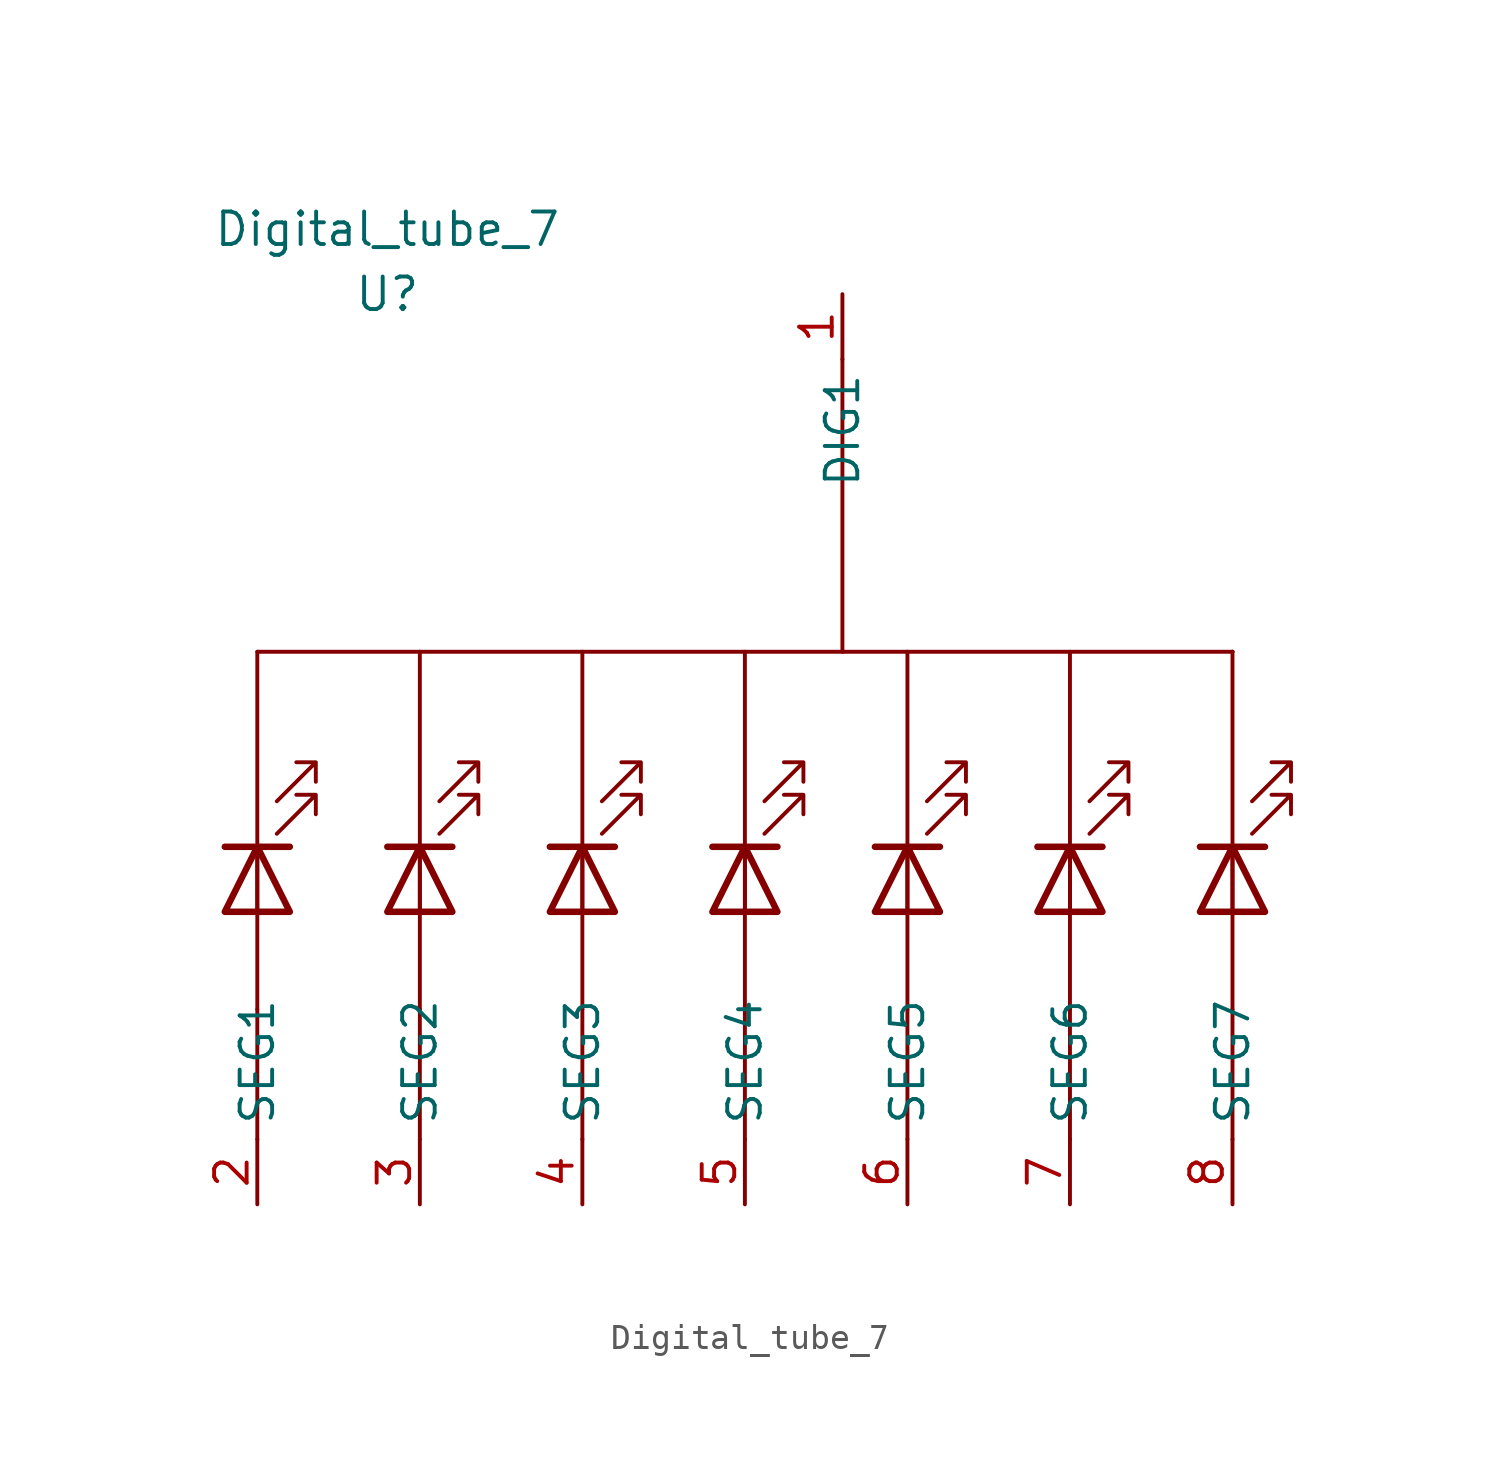
<source format=kicad_sym>
(kicad_symbol_lib
  (version 20220914)
  (generator kicad_symbol_editor)
  (symbol "Digital_tube_7"
    (property "Reference" "U"
      (at -134.62 62.23 0)
      (effects (font (size 1.27 1.27))))
    (property "Value" "Digital_tube_7"
      (at -134.62 64.77 0)
      (effects (font (size 1.27 1.27))))
    (symbol "Digital_tube_7_0_0"
      (polyline (pts (xy -139.7 34.29) (xy -139.7 29.21)) (stroke (width 0) (type default)) (fill (type none)))
      (polyline (pts (xy -139.7 34.29) (xy -139.7 48.26)) (stroke (width 0) (type default)) (fill (type none)))
      (polyline (pts (xy -133.35 34.29) (xy -133.35 29.21)) (stroke (width 0) (type default)) (fill (type none)))
      (polyline (pts (xy -133.35 34.29) (xy -133.35 48.26)) (stroke (width 0) (type default)) (fill (type none)))
      (polyline (pts (xy -127 34.29) (xy -127 29.21)) (stroke (width 0) (type default)) (fill (type none)))
      (polyline (pts (xy -127 34.29) (xy -127 48.26)) (stroke (width 0) (type default)) (fill (type none)))
      (polyline (pts (xy -120.65 34.29) (xy -120.65 29.21)) (stroke (width 0) (type default)) (fill (type none)))
      (polyline (pts (xy -120.65 34.29) (xy -120.65 48.26)) (stroke (width 0) (type default)) (fill (type none)))
      (polyline (pts (xy -116.84 48.26) (xy -116.84 59.69)) (stroke (width 0) (type default)) (fill (type none)))
      (polyline (pts (xy -114.3 34.29) (xy -114.3 29.21)) (stroke (width 0) (type default)) (fill (type none)))
      (polyline (pts (xy -114.3 34.29) (xy -114.3 48.26)) (stroke (width 0) (type default)) (fill (type none)))
      (polyline (pts (xy -107.95 34.29) (xy -107.95 29.21)) (stroke (width 0) (type default)) (fill (type none)))
      (polyline (pts (xy -107.95 34.29) (xy -107.95 48.26)) (stroke (width 0) (type default)) (fill (type none)))
      (polyline (pts (xy -101.6 34.29) (xy -101.6 29.21)) (stroke (width 0) (type default)) (fill (type none)))
      (polyline (pts (xy -101.6 34.29) (xy -101.6 48.26)) (stroke (width 0) (type default)) (fill (type none)))
      (pin input line (at -116.84 62.23 270) (length 2.54) (name "DIG1" (effects (font (size 1.27 1.27)))) (number "1" (effects (font (size 1.27 1.27)))))
      (pin input line (at -139.7 26.67 90) (length 2.54) (name "SEG1" (effects (font (size 1.27 1.27)))) (number "2" (effects (font (size 1.27 1.27)))))
      (pin input line (at -133.35 26.67 90) (length 2.54) (name "SEG2" (effects (font (size 1.27 1.27)))) (number "3" (effects (font (size 1.27 1.27)))))
      (pin input line (at -127 26.67 90) (length 2.54) (name "SEG3" (effects (font (size 1.27 1.27)))) (number "4" (effects (font (size 1.27 1.27)))))
      (pin input line (at -120.65 26.67 90) (length 2.54) (name "SEG4" (effects (font (size 1.27 1.27)))) (number "5" (effects (font (size 1.27 1.27)))))
      (pin input line (at -114.3 26.67 90) (length 2.54) (name "SEG5" (effects (font (size 1.27 1.27)))) (number "6" (effects (font (size 1.27 1.27)))))
      (pin input line (at -107.95 26.67 90) (length 2.54) (name "SEG6" (effects (font (size 1.27 1.27)))) (number "7" (effects (font (size 1.27 1.27)))))
      (pin input line (at -101.6 26.67 90) (length 2.54) (name "SEG7" (effects (font (size 1.27 1.27)))) (number "8" (effects (font (size 1.27 1.27))))))
    (symbol "Digital_tube_7_0_1"
      (polyline (pts (xy -139.7 40.64) (xy -139.7 38.1)) (stroke (width 0) (type default)) (fill (type none)))
      (polyline (pts (xy -139.7 48.26) (xy -101.6 48.26)) (stroke (width 0) (type default)) (fill (type none)))
      (polyline (pts (xy -138.43 40.64) (xy -140.97 40.64)) (stroke (width 0.254) (type default)) (fill (type none)))
      (polyline (pts (xy -133.35 40.64) (xy -133.35 38.1)) (stroke (width 0) (type default)) (fill (type none)))
      (polyline (pts (xy -132.08 40.64) (xy -134.62 40.64)) (stroke (width 0.254) (type default)) (fill (type none)))
      (polyline (pts (xy -127 40.64) (xy -127 38.1)) (stroke (width 0) (type default)) (fill (type none)))
      (polyline (pts (xy -125.73 40.64) (xy -128.27 40.64)) (stroke (width 0.254) (type default)) (fill (type none)))
      (polyline (pts (xy -120.65 40.64) (xy -120.65 38.1)) (stroke (width 0) (type default)) (fill (type none)))
      (polyline (pts (xy -119.38 40.64) (xy -121.92 40.64)) (stroke (width 0.254) (type default)) (fill (type none)))
      (polyline (pts (xy -114.3 40.64) (xy -114.3 38.1)) (stroke (width 0) (type default)) (fill (type none)))
      (polyline (pts (xy -113.03 40.64) (xy -115.57 40.64)) (stroke (width 0.254) (type default)) (fill (type none)))
      (polyline (pts (xy -107.95 40.64) (xy -107.95 38.1)) (stroke (width 0) (type default)) (fill (type none)))
      (polyline (pts (xy -106.68 40.64) (xy -109.22 40.64)) (stroke (width 0.254) (type default)) (fill (type none)))
      (polyline (pts (xy -101.6 40.64) (xy -101.6 38.1)) (stroke (width 0) (type default)) (fill (type none)))
      (polyline (pts (xy -101.6 48.26) (xy -101.6 48.26)) (stroke (width 0) (type default)) (fill (type none)))
      (polyline (pts (xy -100.33 40.64) (xy -102.87 40.64)) (stroke (width 0.254) (type default)) (fill (type none)))
      (polyline (pts (xy -138.43 38.1) (xy -140.97 38.1) (xy -139.7 40.64) (xy -138.43 38.1)) (stroke (width 0.254) (type default)) (fill (type none)))
      (polyline (pts (xy -132.08 38.1) (xy -134.62 38.1) (xy -133.35 40.64) (xy -132.08 38.1)) (stroke (width 0.254) (type default)) (fill (type none)))
      (polyline (pts (xy -125.73 38.1) (xy -128.27 38.1) (xy -127 40.64) (xy -125.73 38.1)) (stroke (width 0.254) (type default)) (fill (type none)))
      (polyline (pts (xy -119.38 38.1) (xy -121.92 38.1) (xy -120.65 40.64) (xy -119.38 38.1)) (stroke (width 0.254) (type default)) (fill (type none)))
      (polyline (pts (xy -113.03 38.1) (xy -115.57 38.1) (xy -114.3 40.64) (xy -113.03 38.1)) (stroke (width 0.254) (type default)) (fill (type none)))
      (polyline (pts (xy -106.68 38.1) (xy -109.22 38.1) (xy -107.95 40.64) (xy -106.68 38.1)) (stroke (width 0.254) (type default)) (fill (type none)))
      (polyline (pts (xy -100.33 38.1) (xy -102.87 38.1) (xy -101.6 40.64) (xy -100.33 38.1)) (stroke (width 0.254) (type default)) (fill (type none)))
      (polyline (pts (xy -138.938 41.148) (xy -137.414 42.672) (xy -137.414 41.91) (xy -137.414 42.672) (xy -138.176 42.672)) (stroke (width 0) (type default)) (fill (type none)))
      (polyline (pts (xy -138.938 42.418) (xy -137.414 43.942) (xy -137.414 43.18) (xy -137.414 43.942) (xy -138.176 43.942)) (stroke (width 0) (type default)) (fill (type none)))
      (polyline (pts (xy -132.588 41.148) (xy -131.064 42.672) (xy -131.064 41.91) (xy -131.064 42.672) (xy -131.826 42.672)) (stroke (width 0) (type default)) (fill (type none)))
      (polyline (pts (xy -132.588 42.418) (xy -131.064 43.942) (xy -131.064 43.18) (xy -131.064 43.942) (xy -131.826 43.942)) (stroke (width 0) (type default)) (fill (type none)))
      (polyline (pts (xy -126.238 41.148) (xy -124.714 42.672) (xy -124.714 41.91) (xy -124.714 42.672) (xy -125.476 42.672)) (stroke (width 0) (type default)) (fill (type none)))
      (polyline (pts (xy -126.238 42.418) (xy -124.714 43.942) (xy -124.714 43.18) (xy -124.714 43.942) (xy -125.476 43.942)) (stroke (width 0) (type default)) (fill (type none)))
      (polyline (pts (xy -119.888 41.148) (xy -118.364 42.672) (xy -118.364 41.91) (xy -118.364 42.672) (xy -119.126 42.672)) (stroke (width 0) (type default)) (fill (type none)))
      (polyline (pts (xy -119.888 42.418) (xy -118.364 43.942) (xy -118.364 43.18) (xy -118.364 43.942) (xy -119.126 43.942)) (stroke (width 0) (type default)) (fill (type none)))
      (polyline (pts (xy -113.538 41.148) (xy -112.014 42.672) (xy -112.014 41.91) (xy -112.014 42.672) (xy -112.776 42.672)) (stroke (width 0) (type default)) (fill (type none)))
      (polyline (pts (xy -113.538 42.418) (xy -112.014 43.942) (xy -112.014 43.18) (xy -112.014 43.942) (xy -112.776 43.942)) (stroke (width 0) (type default)) (fill (type none)))
      (polyline (pts (xy -107.188 41.148) (xy -105.664 42.672) (xy -105.664 41.91) (xy -105.664 42.672) (xy -106.426 42.672)) (stroke (width 0) (type default)) (fill (type none)))
      (polyline (pts (xy -107.188 42.418) (xy -105.664 43.942) (xy -105.664 43.18) (xy -105.664 43.942) (xy -106.426 43.942)) (stroke (width 0) (type default)) (fill (type none)))
      (polyline (pts (xy -100.838 41.148) (xy -99.314 42.672) (xy -99.314 41.91) (xy -99.314 42.672) (xy -100.076 42.672)) (stroke (width 0) (type default)) (fill (type none)))
      (polyline (pts (xy -100.838 42.418) (xy -99.314 43.942) (xy -99.314 43.18) (xy -99.314 43.942) (xy -100.076 43.942)) (stroke (width 0) (type default)) (fill (type none))))))
</source>
